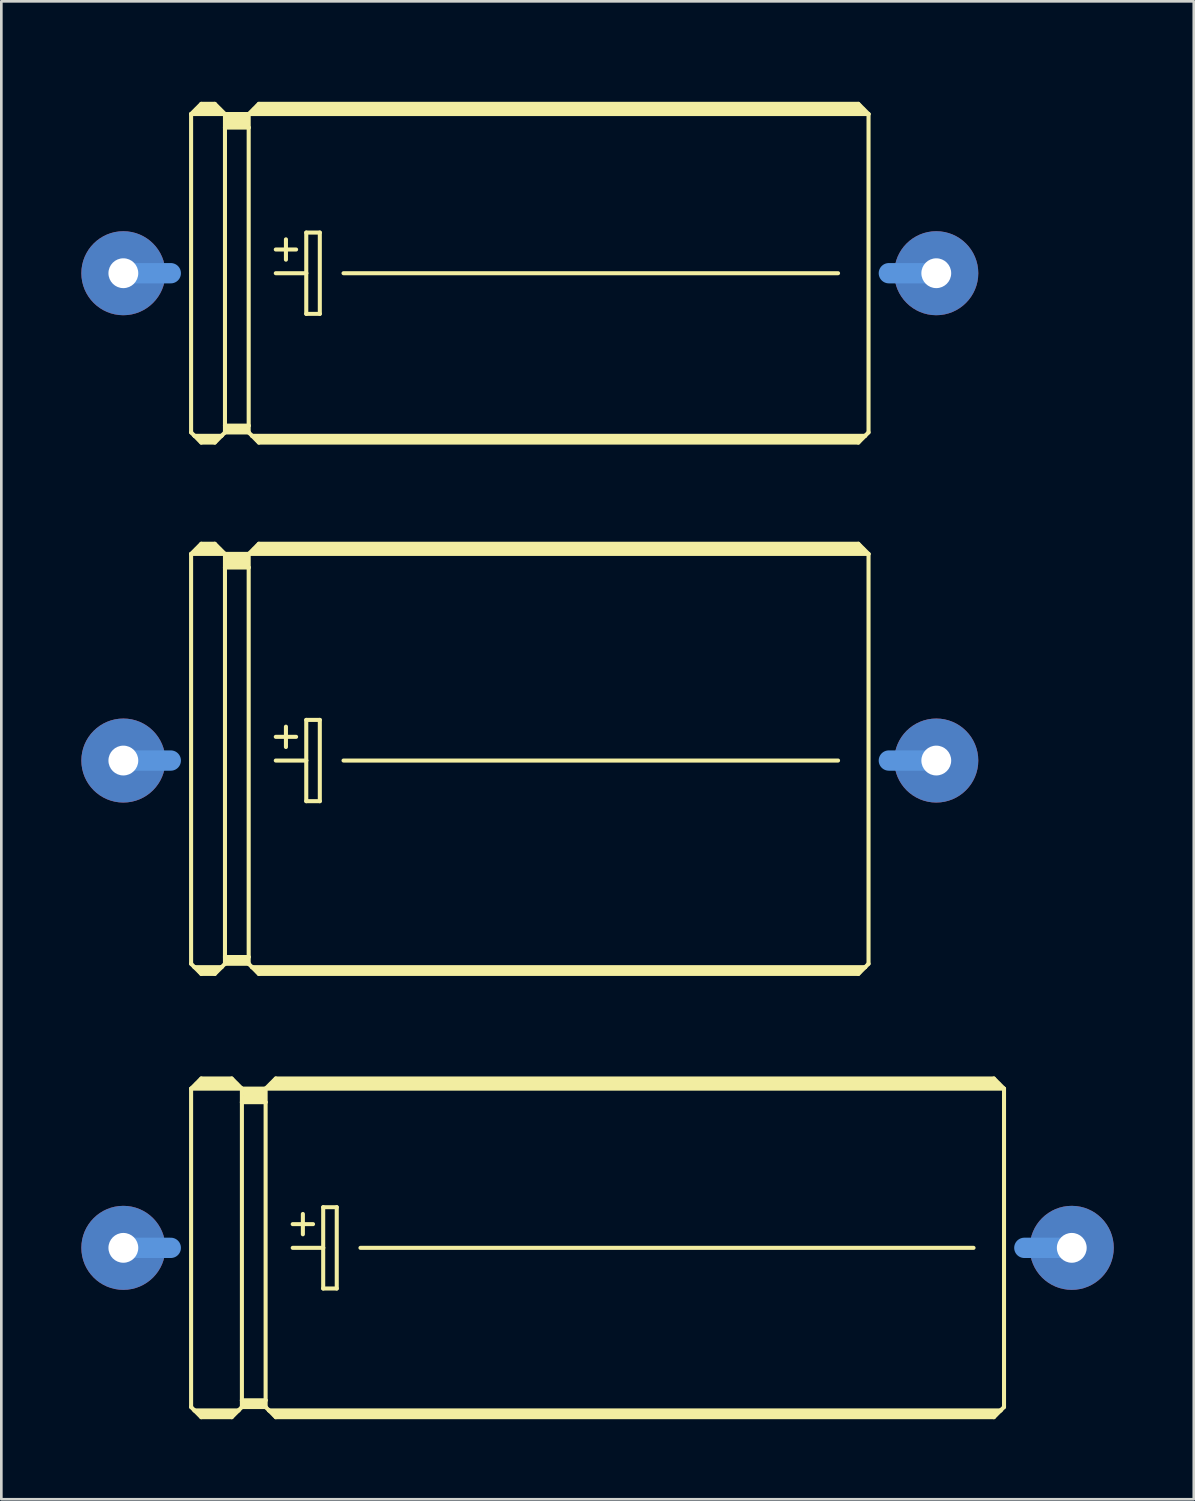
<source format=kicad_pcb>
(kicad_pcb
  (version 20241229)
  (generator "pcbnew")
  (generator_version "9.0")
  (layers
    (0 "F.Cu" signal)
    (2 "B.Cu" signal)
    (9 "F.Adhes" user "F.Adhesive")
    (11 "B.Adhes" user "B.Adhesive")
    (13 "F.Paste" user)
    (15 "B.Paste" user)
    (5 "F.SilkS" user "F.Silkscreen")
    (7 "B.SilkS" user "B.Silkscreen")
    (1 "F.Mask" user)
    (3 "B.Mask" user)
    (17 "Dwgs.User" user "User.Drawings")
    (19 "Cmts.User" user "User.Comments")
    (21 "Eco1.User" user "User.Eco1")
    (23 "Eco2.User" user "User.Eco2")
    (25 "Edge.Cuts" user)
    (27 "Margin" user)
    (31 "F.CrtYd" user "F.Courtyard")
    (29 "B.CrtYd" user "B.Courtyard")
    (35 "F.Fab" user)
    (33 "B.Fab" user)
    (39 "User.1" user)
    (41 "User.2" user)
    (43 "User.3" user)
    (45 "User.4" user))
  (footprint "E35-12"
    (layer "F.Cu")
    (at 19.355 43.737)
    (property "Reference" "E35-12" (at -11.176 -5.842 0) (layer "Eco1.User") (effects (font (size 1.778 1.778) (thickness 0.178))))
    (attr through_hole)
    (fp_line (start -15.24 -5.969) (end -15.24 5.969) (stroke (width 0.152) (type solid)) (layer "F.SilkS"))
    (fp_line (start -15.24 -5.969) (end -14.859 -6.35) (stroke (width 0.152) (type solid)) (layer "F.SilkS"))
    (fp_line (start -15.24 -5.969) (end -13.335 -5.969) (stroke (width 0.152) (type solid)) (layer "F.SilkS"))
    (fp_line (start -15.24 5.969) (end -15.113 6.096) (stroke (width 0.152) (type solid)) (layer "F.SilkS"))
    (fp_line (start -15.113 6.096) (end -14.859 6.35) (stroke (width 0.152) (type solid)) (layer "F.SilkS"))
    (fp_line (start -15.113 6.096) (end -13.462 6.096) (stroke (width 0.152) (type solid)) (layer "F.SilkS"))
    (fp_line (start -14.986 -6.096) (end -13.589 -6.096) (stroke (width 0.305) (type solid)) (layer "F.SilkS"))
    (fp_line (start -14.859 -6.35) (end -13.716 -6.35) (stroke (width 0.152) (type solid)) (layer "F.SilkS"))
    (fp_line (start -14.859 -6.223) (end -13.716 -6.223) (stroke (width 0.305) (type solid)) (layer "F.SilkS"))
    (fp_line (start -14.859 6.223) (end -13.716 6.223) (stroke (width 0.305) (type solid)) (layer "F.SilkS"))
    (fp_line (start -14.859 6.35) (end -13.716 6.35) (stroke (width 0.152) (type solid)) (layer "F.SilkS"))
    (fp_line (start -13.462 6.096) (end -13.716 6.35) (stroke (width 0.152) (type solid)) (layer "F.SilkS"))
    (fp_line (start -13.335 -5.969) (end -13.716 -6.35) (stroke (width 0.152) (type solid)) (layer "F.SilkS"))
    (fp_line (start -13.335 -5.969) (end -13.335 -5.461) (stroke (width 0.152) (type solid)) (layer "F.SilkS"))
    (fp_line (start -13.335 -5.969) (end -12.446 -5.969) (stroke (width 0.152) (type solid)) (layer "F.SilkS"))
    (fp_line (start -13.335 -5.461) (end -13.335 5.715) (stroke (width 0.152) (type solid)) (layer "F.SilkS"))
    (fp_line (start -13.335 -5.461) (end -12.446 -5.461) (stroke (width 0.152) (type solid)) (layer "F.SilkS"))
    (fp_line (start -13.335 5.715) (end -13.335 5.969) (stroke (width 0.152) (type solid)) (layer "F.SilkS"))
    (fp_line (start -13.335 5.715) (end -12.446 5.715) (stroke (width 0.152) (type solid)) (layer "F.SilkS"))
    (fp_line (start -13.335 5.969) (end -13.462 6.096) (stroke (width 0.152) (type solid)) (layer "F.SilkS"))
    (fp_line (start -13.335 5.969) (end -12.446 5.969) (stroke (width 0.152) (type solid)) (layer "F.SilkS"))
    (fp_line (start -13.208 -5.842) (end -12.573 -5.842) (stroke (width 0.305) (type solid)) (layer "F.SilkS"))
    (fp_line (start -13.208 -5.588) (end -12.573 -5.588) (stroke (width 0.305) (type solid)) (layer "F.SilkS"))
    (fp_line (start -13.208 5.842) (end -12.573 5.842) (stroke (width 0.305) (type solid)) (layer "F.SilkS"))
    (fp_line (start -12.446 -5.969) (end -12.446 -5.461) (stroke (width 0.152) (type solid)) (layer "F.SilkS"))
    (fp_line (start -12.446 -5.969) (end -12.065 -6.35) (stroke (width 0.152) (type solid)) (layer "F.SilkS"))
    (fp_line (start -12.446 -5.969) (end 15.24 -5.969) (stroke (width 0.152) (type solid)) (layer "F.SilkS"))
    (fp_line (start -12.446 -5.461) (end -12.446 5.715) (stroke (width 0.152) (type solid)) (layer "F.SilkS"))
    (fp_line (start -12.446 5.715) (end -12.446 5.969) (stroke (width 0.152) (type solid)) (layer "F.SilkS"))
    (fp_line (start -12.319 6.096) (end -12.446 5.969) (stroke (width 0.152) (type solid)) (layer "F.SilkS"))
    (fp_line (start -12.319 6.096) (end 15.113 6.096) (stroke (width 0.152) (type solid)) (layer "F.SilkS"))
    (fp_line (start -12.192 -6.096) (end 14.986 -6.096) (stroke (width 0.305) (type solid)) (layer "F.SilkS"))
    (fp_line (start -12.065 -6.223) (end 14.859 -6.223) (stroke (width 0.305) (type solid)) (layer "F.SilkS"))
    (fp_line (start -12.065 6.223) (end 14.859 6.223) (stroke (width 0.305) (type solid)) (layer "F.SilkS"))
    (fp_line (start -12.065 6.35) (end -12.319 6.096) (stroke (width 0.152) (type solid)) (layer "F.SilkS"))
    (fp_line (start -11.43 -0.889) (end -10.668 -0.889) (stroke (width 0.152) (type solid)) (layer "F.SilkS"))
    (fp_line (start -11.43 0) (end -10.287 0) (stroke (width 0.152) (type solid)) (layer "F.SilkS"))
    (fp_line (start -11.049 -1.27) (end -11.049 -0.508) (stroke (width 0.152) (type solid)) (layer "F.SilkS"))
    (fp_line (start -10.287 -1.524) (end -10.287 0) (stroke (width 0.152) (type solid)) (layer "F.SilkS"))
    (fp_line (start -10.287 0) (end -10.287 1.524) (stroke (width 0.152) (type solid)) (layer "F.SilkS"))
    (fp_line (start -10.287 1.524) (end -9.779 1.524) (stroke (width 0.152) (type solid)) (layer "F.SilkS"))
    (fp_line (start -9.779 -1.524) (end -10.287 -1.524) (stroke (width 0.152) (type solid)) (layer "F.SilkS"))
    (fp_line (start -9.779 1.524) (end -9.779 -1.524) (stroke (width 0.152) (type solid)) (layer "F.SilkS"))
    (fp_line (start -8.89 0) (end 14.097 0) (stroke (width 0.152) (type solid)) (layer "F.SilkS"))
    (fp_line (start 14.859 -6.35) (end -12.065 -6.35) (stroke (width 0.152) (type solid)) (layer "F.SilkS"))
    (fp_line (start 14.859 6.35) (end -12.065 6.35) (stroke (width 0.152) (type solid)) (layer "F.SilkS"))
    (fp_line (start 15.113 6.096) (end 14.859 6.35) (stroke (width 0.152) (type solid)) (layer "F.SilkS"))
    (fp_line (start 15.24 -5.969) (end 14.859 -6.35) (stroke (width 0.152) (type solid)) (layer "F.SilkS"))
    (fp_line (start 15.24 -5.969) (end 15.24 5.969) (stroke (width 0.152) (type solid)) (layer "F.SilkS"))
    (fp_line (start 15.24 5.969) (end 15.113 6.096) (stroke (width 0.152) (type solid)) (layer "F.SilkS"))
    (fp_line (start -17.78 0) (end -16.002 0) (stroke (width 0.762) (type solid)) (layer "Cmts.User"))
    (fp_line (start 17.78 0) (end 16.002 0) (stroke (width 0.762) (type solid)) (layer "Cmts.User"))
    (pad "+" thru_hole oval (at -17.78 0) (size 3.15 3.15) (drill 1.118) (layers "*.Cu" "*.Mask"))
    (pad "-" thru_hole oval (at 17.78 0) (size 3.15 3.15) (drill 1.118) (layers "*.Cu" "*.Mask")))
  (footprint "E30-16"
    (layer "F.Cu")
    (at 16.815 25.466)
    (property "Reference" "E30-16" (at -8.763 -7.493 0) (layer "Eco1.User") (effects (font (size 1.778 1.778) (thickness 0.178))))
    (attr through_hole)
    (fp_line (start -12.7 -7.747) (end -12.7 7.62) (stroke (width 0.152) (type solid)) (layer "F.SilkS"))
    (fp_line (start -12.7 -7.747) (end -12.319 -8.128) (stroke (width 0.152) (type solid)) (layer "F.SilkS"))
    (fp_line (start -12.7 -7.747) (end -11.43 -7.747) (stroke (width 0.152) (type solid)) (layer "F.SilkS"))
    (fp_line (start -12.7 7.62) (end -12.573 7.747) (stroke (width 0.152) (type solid)) (layer "F.SilkS"))
    (fp_line (start -12.573 7.747) (end -12.319 8.001) (stroke (width 0.152) (type solid)) (layer "F.SilkS"))
    (fp_line (start -12.573 7.747) (end -11.557 7.747) (stroke (width 0.152) (type solid)) (layer "F.SilkS"))
    (fp_line (start -12.446 -7.874) (end -11.684 -7.874) (stroke (width 0.305) (type solid)) (layer "F.SilkS"))
    (fp_line (start -12.319 -8.128) (end -11.811 -8.128) (stroke (width 0.152) (type solid)) (layer "F.SilkS"))
    (fp_line (start -12.319 -8.001) (end -11.811 -8.001) (stroke (width 0.305) (type solid)) (layer "F.SilkS"))
    (fp_line (start -12.319 7.874) (end -11.811 7.874) (stroke (width 0.305) (type solid)) (layer "F.SilkS"))
    (fp_line (start -12.319 8.001) (end -11.811 8.001) (stroke (width 0.152) (type solid)) (layer "F.SilkS"))
    (fp_line (start -11.557 7.747) (end -11.811 8.001) (stroke (width 0.152) (type solid)) (layer "F.SilkS"))
    (fp_line (start -11.43 -7.747) (end -11.811 -8.128) (stroke (width 0.152) (type solid)) (layer "F.SilkS"))
    (fp_line (start -11.43 -7.747) (end -11.43 -7.239) (stroke (width 0.152) (type solid)) (layer "F.SilkS"))
    (fp_line (start -11.43 -7.747) (end -10.541 -7.747) (stroke (width 0.152) (type solid)) (layer "F.SilkS"))
    (fp_line (start -11.43 -7.239) (end -11.43 7.366) (stroke (width 0.152) (type solid)) (layer "F.SilkS"))
    (fp_line (start -11.43 -7.239) (end -10.541 -7.239) (stroke (width 0.152) (type solid)) (layer "F.SilkS"))
    (fp_line (start -11.43 7.366) (end -11.43 7.62) (stroke (width 0.152) (type solid)) (layer "F.SilkS"))
    (fp_line (start -11.43 7.366) (end -10.541 7.366) (stroke (width 0.152) (type solid)) (layer "F.SilkS"))
    (fp_line (start -11.43 7.62) (end -11.557 7.747) (stroke (width 0.152) (type solid)) (layer "F.SilkS"))
    (fp_line (start -11.43 7.62) (end -10.541 7.62) (stroke (width 0.152) (type solid)) (layer "F.SilkS"))
    (fp_line (start -11.303 -7.62) (end -10.668 -7.62) (stroke (width 0.305) (type solid)) (layer "F.SilkS"))
    (fp_line (start -11.303 -7.366) (end -10.668 -7.366) (stroke (width 0.305) (type solid)) (layer "F.SilkS"))
    (fp_line (start -11.303 7.493) (end -10.668 7.493) (stroke (width 0.305) (type solid)) (layer "F.SilkS"))
    (fp_line (start -10.541 -7.747) (end -10.541 -7.239) (stroke (width 0.152) (type solid)) (layer "F.SilkS"))
    (fp_line (start -10.541 -7.747) (end -10.16 -8.128) (stroke (width 0.152) (type solid)) (layer "F.SilkS"))
    (fp_line (start -10.541 -7.747) (end 12.7 -7.747) (stroke (width 0.152) (type solid)) (layer "F.SilkS"))
    (fp_line (start -10.541 -7.239) (end -10.541 7.366) (stroke (width 0.152) (type solid)) (layer "F.SilkS"))
    (fp_line (start -10.541 7.366) (end -10.541 7.62) (stroke (width 0.152) (type solid)) (layer "F.SilkS"))
    (fp_line (start -10.414 7.747) (end -10.541 7.62) (stroke (width 0.152) (type solid)) (layer "F.SilkS"))
    (fp_line (start -10.414 7.747) (end 12.573 7.747) (stroke (width 0.152) (type solid)) (layer "F.SilkS"))
    (fp_line (start -10.287 -7.874) (end 12.446 -7.874) (stroke (width 0.305) (type solid)) (layer "F.SilkS"))
    (fp_line (start -10.16 -8.001) (end 12.319 -8.001) (stroke (width 0.305) (type solid)) (layer "F.SilkS"))
    (fp_line (start -10.16 7.874) (end 12.319 7.874) (stroke (width 0.305) (type solid)) (layer "F.SilkS"))
    (fp_line (start -10.16 8.001) (end -10.414 7.747) (stroke (width 0.152) (type solid)) (layer "F.SilkS"))
    (fp_line (start -9.525 -0.889) (end -8.763 -0.889) (stroke (width 0.152) (type solid)) (layer "F.SilkS"))
    (fp_line (start -9.525 0) (end -8.382 0) (stroke (width 0.152) (type solid)) (layer "F.SilkS"))
    (fp_line (start -9.144 -1.27) (end -9.144 -0.508) (stroke (width 0.152) (type solid)) (layer "F.SilkS"))
    (fp_line (start -8.382 -1.524) (end -8.382 0) (stroke (width 0.152) (type solid)) (layer "F.SilkS"))
    (fp_line (start -8.382 0) (end -8.382 1.524) (stroke (width 0.152) (type solid)) (layer "F.SilkS"))
    (fp_line (start -8.382 1.524) (end -7.874 1.524) (stroke (width 0.152) (type solid)) (layer "F.SilkS"))
    (fp_line (start -7.874 -1.524) (end -8.382 -1.524) (stroke (width 0.152) (type solid)) (layer "F.SilkS"))
    (fp_line (start -7.874 1.524) (end -7.874 -1.524) (stroke (width 0.152) (type solid)) (layer "F.SilkS"))
    (fp_line (start -6.985 0) (end 11.557 0) (stroke (width 0.152) (type solid)) (layer "F.SilkS"))
    (fp_line (start 12.319 -8.128) (end -10.16 -8.128) (stroke (width 0.152) (type solid)) (layer "F.SilkS"))
    (fp_line (start 12.319 8.001) (end -10.16 8.001) (stroke (width 0.152) (type solid)) (layer "F.SilkS"))
    (fp_line (start 12.573 7.747) (end 12.319 8.001) (stroke (width 0.152) (type solid)) (layer "F.SilkS"))
    (fp_line (start 12.7 -7.747) (end 12.319 -8.128) (stroke (width 0.152) (type solid)) (layer "F.SilkS"))
    (fp_line (start 12.7 -7.747) (end 12.7 7.62) (stroke (width 0.152) (type solid)) (layer "F.SilkS"))
    (fp_line (start 12.7 7.62) (end 12.573 7.747) (stroke (width 0.152) (type solid)) (layer "F.SilkS"))
    (fp_line (start -15.24 0) (end -13.462 0) (stroke (width 0.762) (type solid)) (layer "Cmts.User"))
    (fp_line (start 15.24 0) (end 13.462 0) (stroke (width 0.762) (type solid)) (layer "Cmts.User"))
    (pad "+" thru_hole oval (at -15.24 0) (size 3.15 3.15) (drill 1.118) (layers "*.Cu" "*.Mask"))
    (pad "-" thru_hole oval (at 15.24 0) (size 3.15 3.15) (drill 1.118) (layers "*.Cu" "*.Mask")))
  (footprint "E30-12"
    (layer "F.Cu")
    (at 16.815 7.194)
    (property "Reference" "E30-12" (at -8.636 -5.842 0) (layer "Eco1.User") (effects (font (size 1.778 1.778) (thickness 0.178))))
    (attr through_hole)
    (fp_line (start -12.7 -5.969) (end -12.7 5.969) (stroke (width 0.152) (type solid)) (layer "F.SilkS"))
    (fp_line (start -12.7 -5.969) (end -12.319 -6.35) (stroke (width 0.152) (type solid)) (layer "F.SilkS"))
    (fp_line (start -12.7 -5.969) (end -11.43 -5.969) (stroke (width 0.152) (type solid)) (layer "F.SilkS"))
    (fp_line (start -12.7 5.969) (end -12.573 6.096) (stroke (width 0.152) (type solid)) (layer "F.SilkS"))
    (fp_line (start -12.573 6.096) (end -12.319 6.35) (stroke (width 0.152) (type solid)) (layer "F.SilkS"))
    (fp_line (start -12.573 6.096) (end -11.557 6.096) (stroke (width 0.152) (type solid)) (layer "F.SilkS"))
    (fp_line (start -12.446 -6.096) (end -11.684 -6.096) (stroke (width 0.305) (type solid)) (layer "F.SilkS"))
    (fp_line (start -12.319 -6.35) (end -11.811 -6.35) (stroke (width 0.152) (type solid)) (layer "F.SilkS"))
    (fp_line (start -12.319 -6.223) (end -11.811 -6.223) (stroke (width 0.305) (type solid)) (layer "F.SilkS"))
    (fp_line (start -12.319 6.223) (end -11.811 6.223) (stroke (width 0.305) (type solid)) (layer "F.SilkS"))
    (fp_line (start -12.319 6.35) (end -11.811 6.35) (stroke (width 0.152) (type solid)) (layer "F.SilkS"))
    (fp_line (start -11.557 6.096) (end -11.811 6.35) (stroke (width 0.152) (type solid)) (layer "F.SilkS"))
    (fp_line (start -11.43 -5.969) (end -11.811 -6.35) (stroke (width 0.152) (type solid)) (layer "F.SilkS"))
    (fp_line (start -11.43 -5.969) (end -11.43 -5.461) (stroke (width 0.152) (type solid)) (layer "F.SilkS"))
    (fp_line (start -11.43 -5.969) (end -10.541 -5.969) (stroke (width 0.152) (type solid)) (layer "F.SilkS"))
    (fp_line (start -11.43 -5.461) (end -11.43 5.715) (stroke (width 0.152) (type solid)) (layer "F.SilkS"))
    (fp_line (start -11.43 -5.461) (end -10.541 -5.461) (stroke (width 0.152) (type solid)) (layer "F.SilkS"))
    (fp_line (start -11.43 5.715) (end -11.43 5.969) (stroke (width 0.152) (type solid)) (layer "F.SilkS"))
    (fp_line (start -11.43 5.715) (end -10.541 5.715) (stroke (width 0.152) (type solid)) (layer "F.SilkS"))
    (fp_line (start -11.43 5.969) (end -11.557 6.096) (stroke (width 0.152) (type solid)) (layer "F.SilkS"))
    (fp_line (start -11.43 5.969) (end -10.541 5.969) (stroke (width 0.152) (type solid)) (layer "F.SilkS"))
    (fp_line (start -11.303 -5.842) (end -10.668 -5.842) (stroke (width 0.305) (type solid)) (layer "F.SilkS"))
    (fp_line (start -11.303 -5.588) (end -10.668 -5.588) (stroke (width 0.305) (type solid)) (layer "F.SilkS"))
    (fp_line (start -11.303 5.842) (end -10.668 5.842) (stroke (width 0.305) (type solid)) (layer "F.SilkS"))
    (fp_line (start -10.541 -5.969) (end -10.541 -5.461) (stroke (width 0.152) (type solid)) (layer "F.SilkS"))
    (fp_line (start -10.541 -5.969) (end -10.16 -6.35) (stroke (width 0.152) (type solid)) (layer "F.SilkS"))
    (fp_line (start -10.541 -5.969) (end 12.7 -5.969) (stroke (width 0.152) (type solid)) (layer "F.SilkS"))
    (fp_line (start -10.541 -5.461) (end -10.541 5.715) (stroke (width 0.152) (type solid)) (layer "F.SilkS"))
    (fp_line (start -10.541 5.715) (end -10.541 5.969) (stroke (width 0.152) (type solid)) (layer "F.SilkS"))
    (fp_line (start -10.414 6.096) (end -10.541 5.969) (stroke (width 0.152) (type solid)) (layer "F.SilkS"))
    (fp_line (start -10.414 6.096) (end 12.573 6.096) (stroke (width 0.152) (type solid)) (layer "F.SilkS"))
    (fp_line (start -10.287 -6.096) (end 12.446 -6.096) (stroke (width 0.305) (type solid)) (layer "F.SilkS"))
    (fp_line (start -10.16 -6.223) (end 12.319 -6.223) (stroke (width 0.305) (type solid)) (layer "F.SilkS"))
    (fp_line (start -10.16 6.223) (end 12.319 6.223) (stroke (width 0.305) (type solid)) (layer "F.SilkS"))
    (fp_line (start -10.16 6.35) (end -10.414 6.096) (stroke (width 0.152) (type solid)) (layer "F.SilkS"))
    (fp_line (start -9.525 -0.889) (end -8.763 -0.889) (stroke (width 0.152) (type solid)) (layer "F.SilkS"))
    (fp_line (start -9.525 0) (end -8.382 0) (stroke (width 0.152) (type solid)) (layer "F.SilkS"))
    (fp_line (start -9.144 -1.27) (end -9.144 -0.508) (stroke (width 0.152) (type solid)) (layer "F.SilkS"))
    (fp_line (start -8.382 -1.524) (end -8.382 0) (stroke (width 0.152) (type solid)) (layer "F.SilkS"))
    (fp_line (start -8.382 0) (end -8.382 1.524) (stroke (width 0.152) (type solid)) (layer "F.SilkS"))
    (fp_line (start -8.382 1.524) (end -7.874 1.524) (stroke (width 0.152) (type solid)) (layer "F.SilkS"))
    (fp_line (start -7.874 -1.524) (end -8.382 -1.524) (stroke (width 0.152) (type solid)) (layer "F.SilkS"))
    (fp_line (start -7.874 1.524) (end -7.874 -1.524) (stroke (width 0.152) (type solid)) (layer "F.SilkS"))
    (fp_line (start -6.985 0) (end 11.557 0) (stroke (width 0.152) (type solid)) (layer "F.SilkS"))
    (fp_line (start 12.319 -6.35) (end -10.16 -6.35) (stroke (width 0.152) (type solid)) (layer "F.SilkS"))
    (fp_line (start 12.319 6.35) (end -10.16 6.35) (stroke (width 0.152) (type solid)) (layer "F.SilkS"))
    (fp_line (start 12.573 6.096) (end 12.319 6.35) (stroke (width 0.152) (type solid)) (layer "F.SilkS"))
    (fp_line (start 12.7 -5.969) (end 12.319 -6.35) (stroke (width 0.152) (type solid)) (layer "F.SilkS"))
    (fp_line (start 12.7 -5.969) (end 12.7 5.969) (stroke (width 0.152) (type solid)) (layer "F.SilkS"))
    (fp_line (start 12.7 5.969) (end 12.573 6.096) (stroke (width 0.152) (type solid)) (layer "F.SilkS"))
    (fp_line (start -15.24 0) (end -13.462 0) (stroke (width 0.762) (type solid)) (layer "Cmts.User"))
    (fp_line (start 15.24 0) (end 13.462 0) (stroke (width 0.762) (type solid)) (layer "Cmts.User"))
    (pad "+" thru_hole oval (at -15.24 0) (size 3.15 3.15) (drill 1.118) (layers "*.Cu" "*.Mask"))
    (pad "-" thru_hole oval (at 15.24 0) (size 3.15 3.15) (drill 1.118) (layers "*.Cu" "*.Mask")))
  (gr_rect
    (start -3 -3)
    (end 41.71 53.163)
    (stroke (width 0.1) (type default))
    (fill no)
    (layer "Edge.Cuts")))
</source>
